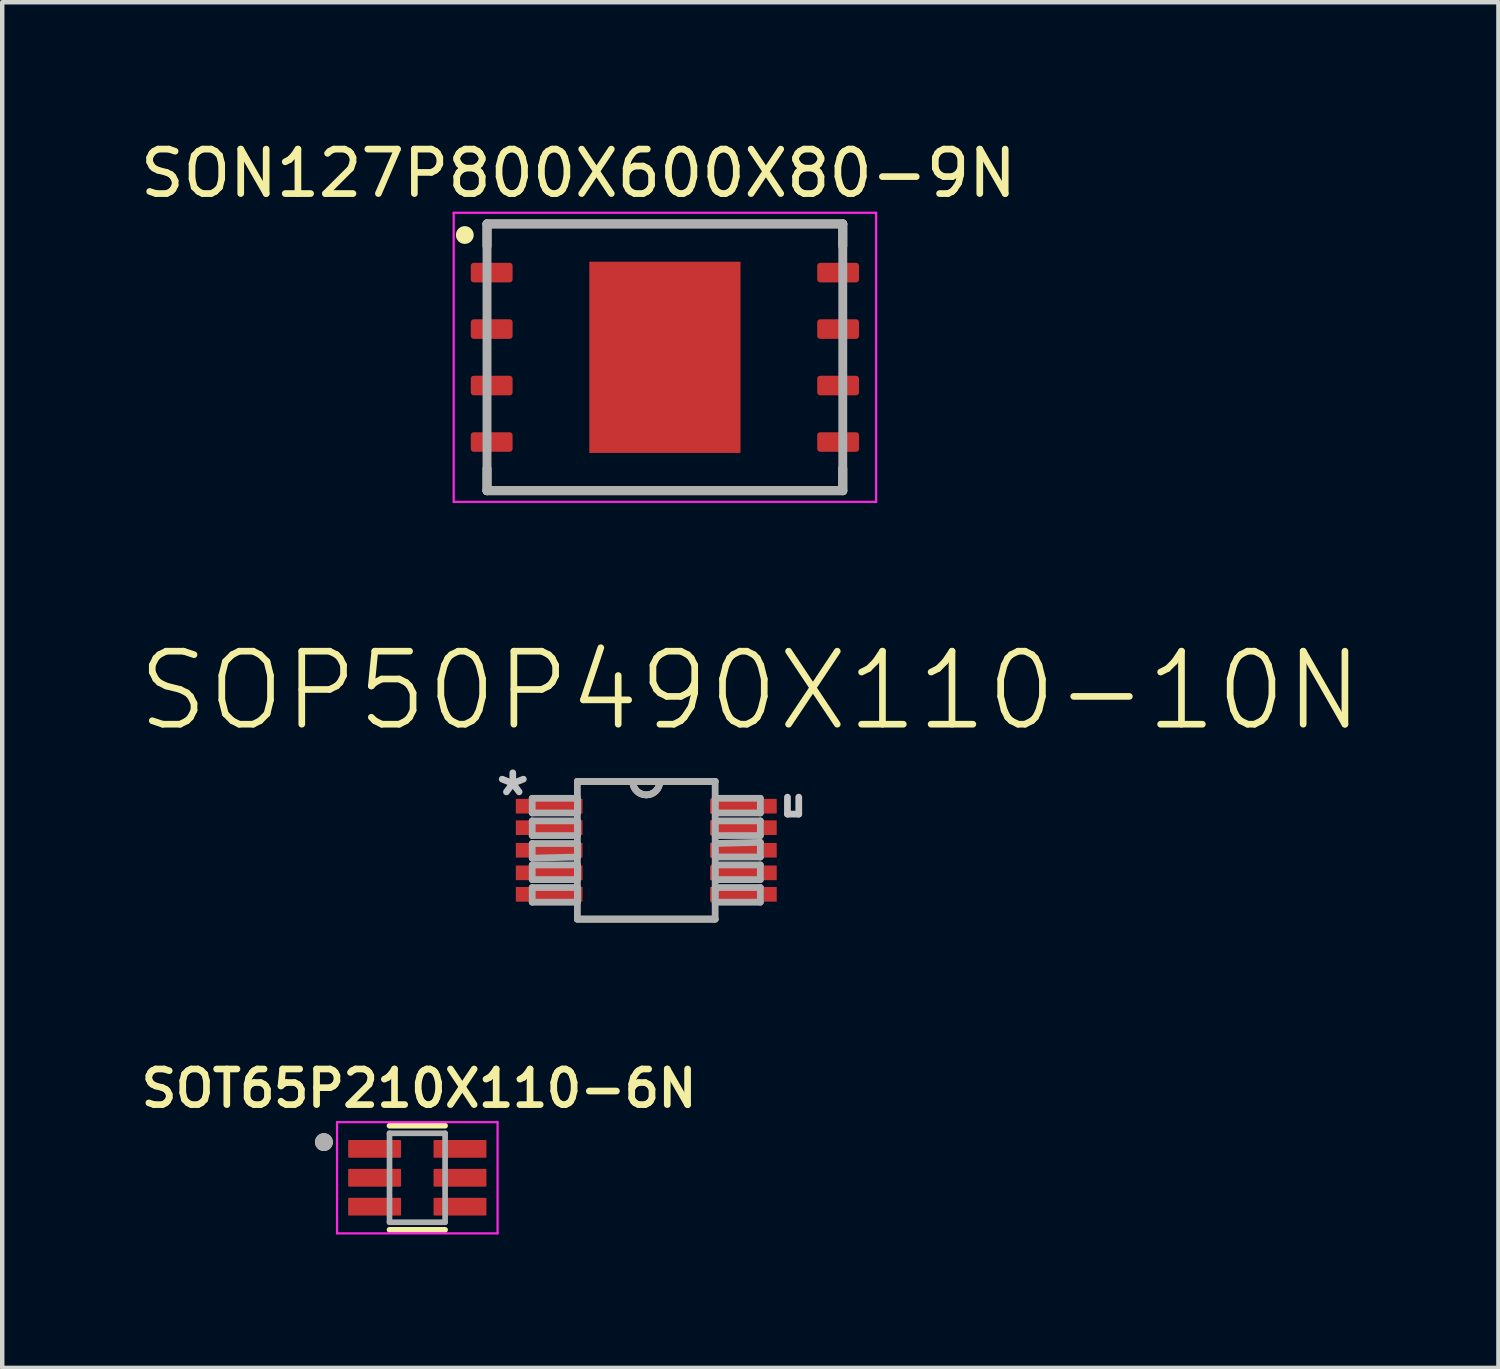
<source format=kicad_pcb>
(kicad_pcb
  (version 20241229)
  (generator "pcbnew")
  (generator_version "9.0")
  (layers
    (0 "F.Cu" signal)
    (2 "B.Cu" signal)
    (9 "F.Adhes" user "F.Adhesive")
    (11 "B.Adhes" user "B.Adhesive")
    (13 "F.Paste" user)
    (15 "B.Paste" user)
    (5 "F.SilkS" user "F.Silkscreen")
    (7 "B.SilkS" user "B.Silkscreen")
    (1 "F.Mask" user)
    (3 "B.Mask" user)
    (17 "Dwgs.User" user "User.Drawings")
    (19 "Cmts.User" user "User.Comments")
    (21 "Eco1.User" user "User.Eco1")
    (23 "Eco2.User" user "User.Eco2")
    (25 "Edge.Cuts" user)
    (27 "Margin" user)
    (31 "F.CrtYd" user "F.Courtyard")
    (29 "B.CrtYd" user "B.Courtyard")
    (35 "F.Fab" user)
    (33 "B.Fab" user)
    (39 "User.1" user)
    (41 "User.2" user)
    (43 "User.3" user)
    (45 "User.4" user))
  (footprint "SOT65P210X110-6N"
    (layer "F.Cu")
    (at 6.334 23.435)
    (property "Reference" "SOT65P210X110-6N" (at 0.04 -2.008 0) (layer "F.SilkS") (effects (font (size 0.8 0.8) (thickness 0.15))))
    (attr through_hole)
    (fp_line (start -0.625 -1.17) (end 0.625 -1.17) (stroke (width 0.127) (type solid)) (layer "F.SilkS"))
    (fp_line (start -0.625 1.17) (end 0.625 1.17) (stroke (width 0.127) (type solid)) (layer "F.SilkS"))
    (fp_circle (center -2.1 -0.802) (end -2 -0.802) (stroke (width 0.2) (type solid)) (fill no) (layer "F.SilkS"))
    (fp_line (start -1.805 -1.25) (end -1.805 1.25) (stroke (width 0.05) (type solid)) (layer "F.CrtYd"))
    (fp_line (start -1.805 1.25) (end 1.805 1.25) (stroke (width 0.05) (type solid)) (layer "F.CrtYd"))
    (fp_line (start 1.805 -1.25) (end -1.805 -1.25) (stroke (width 0.05) (type solid)) (layer "F.CrtYd"))
    (fp_line (start 1.805 1.25) (end 1.805 -1.25) (stroke (width 0.05) (type solid)) (layer "F.CrtYd"))
    (fp_line (start -0.625 -1) (end -0.625 1) (stroke (width 0.127) (type solid)) (layer "F.Fab"))
    (fp_line (start -0.625 1) (end 0.625 1) (stroke (width 0.127) (type solid)) (layer "F.Fab"))
    (fp_line (start 0.625 -1) (end -0.625 -1) (stroke (width 0.127) (type solid)) (layer "F.Fab"))
    (fp_line (start 0.625 1) (end 0.625 -1) (stroke (width 0.127) (type solid)) (layer "F.Fab"))
    (fp_circle (center -2.1 -0.802) (end -2 -0.802) (stroke (width 0.2) (type solid)) (fill no) (layer "F.Fab"))
    (pad "1" smd roundrect (at -0.96 -0.65) (size 1.19 0.4) (layers "F.Cu" "F.Mask" "F.Paste") (roundrect_rratio 0.05))
    (pad "2" smd roundrect (at -0.96 0) (size 1.19 0.4) (layers "F.Cu" "F.Mask" "F.Paste") (roundrect_rratio 0.05))
    (pad "3" smd roundrect (at -0.96 0.65) (size 1.19 0.4) (layers "F.Cu" "F.Mask" "F.Paste") (roundrect_rratio 0.05))
    (pad "4" smd roundrect (at 0.96 0.65 180) (size 1.19 0.4) (layers "F.Cu" "F.Mask" "F.Paste") (roundrect_rratio 0.05))
    (pad "5" smd roundrect (at 0.96 0 180) (size 1.19 0.4) (layers "F.Cu" "F.Mask" "F.Paste") (roundrect_rratio 0.05))
    (pad "6" smd roundrect (at 0.96 -0.65 180) (size 1.19 0.4) (layers "F.Cu" "F.Mask" "F.Paste") (roundrect_rratio 0.05)))
  (footprint "SOP50P490X110-10N"
    (layer "F.Cu")
    (at 11.483 16.07)
    (property "Reference" "SOP50P490X110-10N" (at 2.34 -3.586 0) (layer "F.SilkS") (effects (font (size 1.642 1.642) (thickness 0.15))))
    (attr smd)
    (fp_line (start -1.549 1.549) (end 1.549 1.549) (stroke (width 0.152) (type solid)) (layer "F.SilkS"))
    (fp_line (start -0.305 -1.549) (end -1.549 -1.549) (stroke (width 0.152) (type solid)) (layer "F.SilkS"))
    (fp_line (start 0.305 -1.549) (end -0.305 -1.549) (stroke (width 0.152) (type solid)) (layer "F.SilkS"))
    (fp_line (start 1.549 -1.549) (end 0.305 -1.549) (stroke (width 0.152) (type solid)) (layer "F.SilkS"))
    (fp_arc (start 0.3048 -1.5494) (mid 0 -1.2446) (end -0.3048 -1.5494) (stroke (width 0.1524) (type solid)) (layer "F.SilkS"))
    (fp_line (start 3.175 -0.813) (end 3.175 -1.194) (stroke (width 0.152) (type solid)) (layer "Dwgs.User"))
    (fp_line (start 3.429 -1.194) (end 3.429 -0.813) (stroke (width 0.152) (type solid)) (layer "Dwgs.User"))
    (fp_line (start 3.429 -0.813) (end 3.175 -0.813) (stroke (width 0.152) (type solid)) (layer "Dwgs.User"))
    (fp_line (start -2.565 -1.168) (end -2.565 -0.838) (stroke (width 0.152) (type solid)) (layer "F.Fab"))
    (fp_line (start -2.565 -0.838) (end -1.549 -0.838) (stroke (width 0.152) (type solid)) (layer "F.Fab"))
    (fp_line (start -2.565 -0.66) (end -2.565 -0.33) (stroke (width 0.152) (type solid)) (layer "F.Fab"))
    (fp_line (start -2.565 -0.33) (end -1.549 -0.33) (stroke (width 0.152) (type solid)) (layer "F.Fab"))
    (fp_line (start -2.565 -0.152) (end -2.565 0.178) (stroke (width 0.152) (type solid)) (layer "F.Fab"))
    (fp_line (start -2.565 0.178) (end -1.549 0.152) (stroke (width 0.152) (type solid)) (layer "F.Fab"))
    (fp_line (start -2.565 0.33) (end -2.565 0.66) (stroke (width 0.152) (type solid)) (layer "F.Fab"))
    (fp_line (start -2.565 0.66) (end -1.549 0.66) (stroke (width 0.152) (type solid)) (layer "F.Fab"))
    (fp_line (start -2.565 0.838) (end -2.565 1.168) (stroke (width 0.152) (type solid)) (layer "F.Fab"))
    (fp_line (start -2.565 1.168) (end -1.549 1.168) (stroke (width 0.152) (type solid)) (layer "F.Fab"))
    (fp_line (start -1.549 -1.549) (end -1.549 1.549) (stroke (width 0.152) (type solid)) (layer "F.Fab"))
    (fp_line (start -1.549 -1.168) (end -2.565 -1.168) (stroke (width 0.152) (type solid)) (layer "F.Fab"))
    (fp_line (start -1.549 -0.838) (end -1.549 -1.168) (stroke (width 0.152) (type solid)) (layer "F.Fab"))
    (fp_line (start -1.549 -0.66) (end -2.565 -0.66) (stroke (width 0.152) (type solid)) (layer "F.Fab"))
    (fp_line (start -1.549 -0.33) (end -1.549 -0.66) (stroke (width 0.152) (type solid)) (layer "F.Fab"))
    (fp_line (start -1.549 -0.152) (end -2.565 -0.152) (stroke (width 0.152) (type solid)) (layer "F.Fab"))
    (fp_line (start -1.549 0.152) (end -1.549 -0.152) (stroke (width 0.152) (type solid)) (layer "F.Fab"))
    (fp_line (start -1.549 0.33) (end -2.565 0.33) (stroke (width 0.152) (type solid)) (layer "F.Fab"))
    (fp_line (start -1.549 0.66) (end -1.549 0.33) (stroke (width 0.152) (type solid)) (layer "F.Fab"))
    (fp_line (start -1.549 0.838) (end -2.565 0.838) (stroke (width 0.152) (type solid)) (layer "F.Fab"))
    (fp_line (start -1.549 1.168) (end -1.549 0.838) (stroke (width 0.152) (type solid)) (layer "F.Fab"))
    (fp_line (start -1.549 1.549) (end 1.549 1.549) (stroke (width 0.152) (type solid)) (layer "F.Fab"))
    (fp_line (start -0.305 -1.549) (end -1.549 -1.549) (stroke (width 0.152) (type solid)) (layer "F.Fab"))
    (fp_line (start 0.305 -1.549) (end -0.305 -1.549) (stroke (width 0.152) (type solid)) (layer "F.Fab"))
    (fp_line (start 1.549 -1.549) (end 0.305 -1.549) (stroke (width 0.152) (type solid)) (layer "F.Fab"))
    (fp_line (start 1.549 -1.168) (end 1.549 -0.838) (stroke (width 0.152) (type solid)) (layer "F.Fab"))
    (fp_line (start 1.549 -0.838) (end 2.565 -0.838) (stroke (width 0.152) (type solid)) (layer "F.Fab"))
    (fp_line (start 1.549 -0.66) (end 1.549 -0.33) (stroke (width 0.152) (type solid)) (layer "F.Fab"))
    (fp_line (start 1.549 -0.33) (end 2.565 -0.33) (stroke (width 0.152) (type solid)) (layer "F.Fab"))
    (fp_line (start 1.549 -0.152) (end 1.549 0.152) (stroke (width 0.152) (type solid)) (layer "F.Fab"))
    (fp_line (start 1.549 0.152) (end 2.565 0.152) (stroke (width 0.152) (type solid)) (layer "F.Fab"))
    (fp_line (start 1.549 0.33) (end 1.549 0.66) (stroke (width 0.152) (type solid)) (layer "F.Fab"))
    (fp_line (start 1.549 0.66) (end 2.565 0.66) (stroke (width 0.152) (type solid)) (layer "F.Fab"))
    (fp_line (start 1.549 0.838) (end 1.549 1.168) (stroke (width 0.152) (type solid)) (layer "F.Fab"))
    (fp_line (start 1.549 1.168) (end 2.565 1.168) (stroke (width 0.152) (type solid)) (layer "F.Fab"))
    (fp_line (start 1.549 1.549) (end 1.549 -1.549) (stroke (width 0.152) (type solid)) (layer "F.Fab"))
    (fp_line (start 2.565 -1.168) (end 1.549 -1.168) (stroke (width 0.152) (type solid)) (layer "F.Fab"))
    (fp_line (start 2.565 -0.838) (end 2.565 -1.168) (stroke (width 0.152) (type solid)) (layer "F.Fab"))
    (fp_line (start 2.565 -0.66) (end 1.549 -0.66) (stroke (width 0.152) (type solid)) (layer "F.Fab"))
    (fp_line (start 2.565 -0.33) (end 2.565 -0.66) (stroke (width 0.152) (type solid)) (layer "F.Fab"))
    (fp_line (start 2.565 -0.178) (end 1.549 -0.152) (stroke (width 0.152) (type solid)) (layer "F.Fab"))
    (fp_line (start 2.565 0.152) (end 2.565 -0.178) (stroke (width 0.152) (type solid)) (layer "F.Fab"))
    (fp_line (start 2.565 0.33) (end 1.549 0.33) (stroke (width 0.152) (type solid)) (layer "F.Fab"))
    (fp_line (start 2.565 0.66) (end 2.565 0.33) (stroke (width 0.152) (type solid)) (layer "F.Fab"))
    (fp_line (start 2.565 0.838) (end 1.549 0.838) (stroke (width 0.152) (type solid)) (layer "F.Fab"))
    (fp_line (start 2.565 1.168) (end 2.565 0.838) (stroke (width 0.152) (type solid)) (layer "F.Fab"))
    (fp_arc (start 0.3048 -1.5494) (mid 0 -1.2446) (end -0.3048 -1.5494) (stroke (width 0.1524) (type solid)) (layer "F.Fab"))
    (fp_text user "*" (at -3.002 -1.196 0) (layer "Dwgs.User") (effects (font (size 1.001 1.001) (thickness 0.15))))
    (pad "1" smd rect (at -2.184 -0.991) (size 1.499 0.33) (layers "F.Cu" "F.Mask" "F.Paste"))
    (pad "2" smd rect (at -2.184 -0.508) (size 1.499 0.33) (layers "F.Cu" "F.Mask" "F.Paste"))
    (pad "3" smd rect (at -2.184 0) (size 1.499 0.33) (layers "F.Cu" "F.Mask" "F.Paste"))
    (pad "4" smd rect (at -2.184 0.508) (size 1.499 0.33) (layers "F.Cu" "F.Mask" "F.Paste"))
    (pad "5" smd rect (at -2.184 0.991) (size 1.499 0.33) (layers "F.Cu" "F.Mask" "F.Paste"))
    (pad "6" smd rect (at 2.184 0.991) (size 1.499 0.33) (layers "F.Cu" "F.Mask" "F.Paste"))
    (pad "7" smd rect (at 2.184 0.508) (size 1.499 0.33) (layers "F.Cu" "F.Mask" "F.Paste"))
    (pad "8" smd rect (at 2.184 0) (size 1.499 0.33) (layers "F.Cu" "F.Mask" "F.Paste"))
    (pad "9" smd rect (at 2.184 -0.508) (size 1.499 0.33) (layers "F.Cu" "F.Mask" "F.Paste"))
    (pad "10" smd rect (at 2.184 -0.991) (size 1.499 0.33) (layers "F.Cu" "F.Mask" "F.Paste")))
  (footprint "SON127P800X600X80-9N"
    (layer "F.Cu")
    (at 11.902 4.985)
    (property "Reference" "SON127P800X600X80-9N" (at -1.943 -4.137 0) (layer "F.SilkS") (effects (font (size 1 1) (thickness 0.15))))
    (attr smd)
    (fp_line (start -4 -3) (end 4 -3) (stroke (width 0.2) (type solid)) (layer "F.SilkS"))
    (fp_line (start -4 -2.5) (end -4 -3) (stroke (width 0.2) (type solid)) (layer "F.SilkS"))
    (fp_line (start -4 2.5) (end -4 3) (stroke (width 0.2) (type solid)) (layer "F.SilkS"))
    (fp_line (start -4 3) (end 4 3) (stroke (width 0.2) (type solid)) (layer "F.SilkS"))
    (fp_line (start 4 -3) (end 4 -2.5) (stroke (width 0.2) (type solid)) (layer "F.SilkS"))
    (fp_line (start 4 3) (end 4 2.5) (stroke (width 0.2) (type solid)) (layer "F.SilkS"))
    (fp_circle (center -4.5 -2.75) (end -4.4 -2.75) (stroke (width 0.2) (type solid)) (fill no) (layer "F.SilkS"))
    (fp_poly (pts (xy -1.56 -1.56) (xy 0.04 -1.56) (xy 0.04 -0.41) (xy -1.56 -0.41)) (stroke (width 0.01) (type solid)) (fill yes) (layer "F.Paste"))
    (fp_poly (pts (xy -1.56 0.41) (xy 0.04 0.41) (xy 0.04 1.56) (xy -1.56 1.56)) (stroke (width 0.01) (type solid)) (fill yes) (layer "F.Paste"))
    (fp_poly (pts (xy -0.04 -1.56) (xy 1.56 -1.56) (xy 1.56 -0.41) (xy -0.04 -0.41)) (stroke (width 0.01) (type solid)) (fill yes) (layer "F.Paste"))
    (fp_poly (pts (xy -0.04 0.41) (xy 1.56 0.41) (xy 1.56 1.56) (xy -0.04 1.56)) (stroke (width 0.01) (type solid)) (fill yes) (layer "F.Paste"))
    (fp_line (start -4.75 -3.25) (end 4.75 -3.25) (stroke (width 0.05) (type solid)) (layer "F.CrtYd"))
    (fp_line (start -4.75 3.25) (end -4.75 -3.25) (stroke (width 0.05) (type solid)) (layer "F.CrtYd"))
    (fp_line (start 4.75 -3.25) (end 4.75 3.25) (stroke (width 0.05) (type solid)) (layer "F.CrtYd"))
    (fp_line (start 4.75 3.25) (end -4.75 3.25) (stroke (width 0.05) (type solid)) (layer "F.CrtYd"))
    (fp_line (start -4 -3) (end 4 -3) (stroke (width 0.2) (type solid)) (layer "F.Fab"))
    (fp_line (start -4 3) (end -4 -3) (stroke (width 0.2) (type solid)) (layer "F.Fab"))
    (fp_line (start 4 -3) (end 4 3) (stroke (width 0.2) (type solid)) (layer "F.Fab"))
    (fp_line (start 4 3) (end -4 3) (stroke (width 0.2) (type solid)) (layer "F.Fab"))
    (pad "1" smd roundrect (at -3.895 -1.905) (size 0.94 0.44) (layers "F.Cu" "F.Mask" "F.Paste") (roundrect_rratio 0.15))
    (pad "2" smd roundrect (at -3.895 -0.635) (size 0.94 0.44) (layers "F.Cu" "F.Mask" "F.Paste") (roundrect_rratio 0.15))
    (pad "3" smd roundrect (at -3.895 0.635) (size 0.94 0.44) (layers "F.Cu" "F.Mask" "F.Paste") (roundrect_rratio 0.15))
    (pad "4" smd roundrect (at -3.895 1.905) (size 0.94 0.44) (layers "F.Cu" "F.Mask" "F.Paste") (roundrect_rratio 0.15))
    (pad "5" smd roundrect (at 3.895 1.905) (size 0.94 0.44) (layers "F.Cu" "F.Mask" "F.Paste") (roundrect_rratio 0.15))
    (pad "6" smd roundrect (at 3.895 0.635) (size 0.94 0.44) (layers "F.Cu" "F.Mask" "F.Paste") (roundrect_rratio 0.15))
    (pad "7" smd roundrect (at 3.895 -0.635) (size 0.94 0.44) (layers "F.Cu" "F.Mask" "F.Paste") (roundrect_rratio 0.15))
    (pad "8" smd roundrect (at 3.895 -1.905) (size 0.94 0.44) (layers "F.Cu" "F.Mask" "F.Paste") (roundrect_rratio 0.15))
    (pad "9" smd rect (at 0 0) (size 3.4 4.3) (layers "F.Cu" "F.Mask")))
  (gr_rect
    (start -3 -3)
    (end 30.646 27.71)
    (stroke (width 0.1) (type default))
    (fill no)
    (layer "Edge.Cuts")))
</source>
